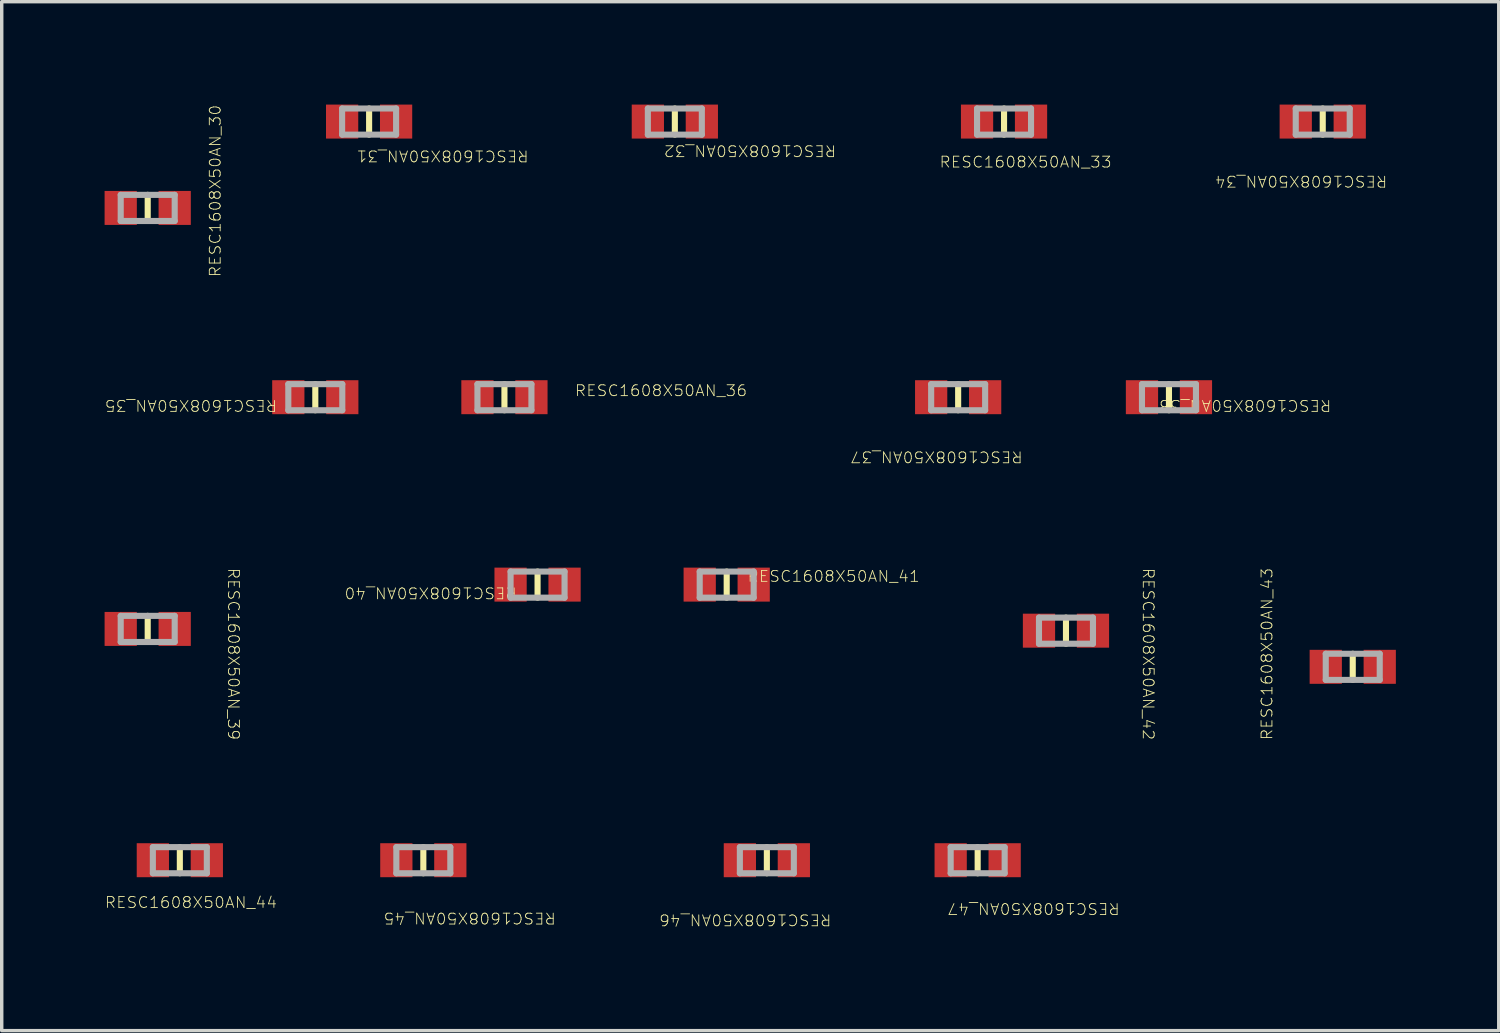
<source format=kicad_pcb>
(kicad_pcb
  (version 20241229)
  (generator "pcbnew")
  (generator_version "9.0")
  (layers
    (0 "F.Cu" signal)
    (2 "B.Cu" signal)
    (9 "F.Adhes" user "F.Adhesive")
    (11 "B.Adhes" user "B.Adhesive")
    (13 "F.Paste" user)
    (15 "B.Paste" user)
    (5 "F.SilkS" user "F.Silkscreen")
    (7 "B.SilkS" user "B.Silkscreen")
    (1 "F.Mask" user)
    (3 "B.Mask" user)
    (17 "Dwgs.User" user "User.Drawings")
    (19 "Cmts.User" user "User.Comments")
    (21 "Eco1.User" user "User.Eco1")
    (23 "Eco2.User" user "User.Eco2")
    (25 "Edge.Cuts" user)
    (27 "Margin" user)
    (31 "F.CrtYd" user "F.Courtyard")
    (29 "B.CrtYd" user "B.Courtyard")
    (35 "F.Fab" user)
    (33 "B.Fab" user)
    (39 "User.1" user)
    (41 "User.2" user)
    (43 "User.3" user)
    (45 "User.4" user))
  (footprint "RESC1608X50AN_34"
    (layer "F.Cu")
    (at 35.52 0.495)
    (property "Reference" "RESC1608X50AN_34" (at -0.629 1.74 180) (unlocked yes) (layer "F.SilkS") (effects (font (size 0.317 0.333) (thickness 0.025))))
    (attr smd)
    (fp_line (start 0 -0.381) (end 0 0.381) (stroke (width 0.178) (type solid)) (layer "F.SilkS"))
    (fp_line (start -0.787 -0.381) (end -0.787 0.381) (stroke (width 0.178) (type solid)) (layer "F.Fab"))
    (fp_line (start 0.787 -0.381) (end -0.787 -0.381) (stroke (width 0.178) (type solid)) (layer "F.Fab"))
    (fp_line (start 0.787 -0.381) (end 0.787 0.381) (stroke (width 0.178) (type solid)) (layer "F.Fab"))
    (fp_line (start 0.787 0.381) (end -0.787 0.381) (stroke (width 0.178) (type solid)) (layer "F.Fab"))
    (pad "1" smd rect (at 0.787 0 90) (size 0.991 0.94) (layers "F.Cu" "F.Mask" "F.Paste"))
    (pad "2" smd rect (at -0.787 0 90) (size 0.991 0.94) (layers "F.Cu" "F.Mask" "F.Paste")))
  (footprint "RESC1608X50AN_30"
    (layer "F.Cu")
    (at 1.257 3.013)
    (property "Reference" "RESC1608X50AN_30" (at 1.968 -0.495 90) (unlocked yes) (layer "F.SilkS") (effects (font (size 0.317 0.333) (thickness 0.025))))
    (attr smd)
    (fp_line (start 0 -0.381) (end 0 0.381) (stroke (width 0.178) (type solid)) (layer "F.SilkS"))
    (fp_line (start -0.787 -0.381) (end -0.787 0.381) (stroke (width 0.178) (type solid)) (layer "F.Fab"))
    (fp_line (start 0.787 -0.381) (end -0.787 -0.381) (stroke (width 0.178) (type solid)) (layer "F.Fab"))
    (fp_line (start 0.787 -0.381) (end 0.787 0.381) (stroke (width 0.178) (type solid)) (layer "F.Fab"))
    (fp_line (start 0.787 0.381) (end -0.787 0.381) (stroke (width 0.178) (type solid)) (layer "F.Fab"))
    (pad "1" smd rect (at 0.787 0 90) (size 0.991 0.94) (layers "F.Cu" "F.Mask" "F.Paste"))
    (pad "2" smd rect (at -0.787 0 90) (size 0.991 0.94) (layers "F.Cu" "F.Mask" "F.Paste")))
  (footprint "RESC1608X50AN_38"
    (layer "F.Cu")
    (at 31.036 8.532)
    (property "Reference" "RESC1608X50AN_38" (at 2.223 0.241 180) (unlocked yes) (layer "F.SilkS") (effects (font (size 0.317 0.333) (thickness 0.025))))
    (attr smd)
    (fp_line (start 0 -0.381) (end 0 0.381) (stroke (width 0.178) (type solid)) (layer "F.SilkS"))
    (fp_line (start -0.787 -0.381) (end -0.787 0.381) (stroke (width 0.178) (type solid)) (layer "F.Fab"))
    (fp_line (start 0.787 -0.381) (end -0.787 -0.381) (stroke (width 0.178) (type solid)) (layer "F.Fab"))
    (fp_line (start 0.787 -0.381) (end 0.787 0.381) (stroke (width 0.178) (type solid)) (layer "F.Fab"))
    (fp_line (start 0.787 0.381) (end -0.787 0.381) (stroke (width 0.178) (type solid)) (layer "F.Fab"))
    (pad "1" smd rect (at 0.787 0 90) (size 0.991 0.94) (layers "F.Cu" "F.Mask" "F.Paste"))
    (pad "2" smd rect (at -0.787 0 90) (size 0.991 0.94) (layers "F.Cu" "F.Mask" "F.Paste")))
  (footprint "RESC1608X50AN_35"
    (layer "F.Cu")
    (at 6.144 8.532)
    (property "Reference" "RESC1608X50AN_35" (at -3.626 0.241 180) (unlocked yes) (layer "F.SilkS") (effects (font (size 0.317 0.333) (thickness 0.025))))
    (attr smd)
    (fp_line (start 0 -0.381) (end 0 0.381) (stroke (width 0.178) (type solid)) (layer "F.SilkS"))
    (fp_line (start -0.787 -0.381) (end -0.787 0.381) (stroke (width 0.178) (type solid)) (layer "F.Fab"))
    (fp_line (start 0.787 -0.381) (end -0.787 -0.381) (stroke (width 0.178) (type solid)) (layer "F.Fab"))
    (fp_line (start 0.787 -0.381) (end 0.787 0.381) (stroke (width 0.178) (type solid)) (layer "F.Fab"))
    (fp_line (start 0.787 0.381) (end -0.787 0.381) (stroke (width 0.178) (type solid)) (layer "F.Fab"))
    (pad "1" smd rect (at 0.787 0 90) (size 0.991 0.94) (layers "F.Cu" "F.Mask" "F.Paste"))
    (pad "2" smd rect (at -0.787 0 90) (size 0.991 0.94) (layers "F.Cu" "F.Mask" "F.Paste")))
  (footprint "RESC1608X50AN_36"
    (layer "F.Cu")
    (at 11.659 8.532)
    (property "Reference" "RESC1608X50AN_36" (at 4.566 -0.191 0) (unlocked yes) (layer "F.SilkS") (effects (font (size 0.317 0.333) (thickness 0.025))))
    (attr smd)
    (fp_line (start 0 -0.381) (end 0 0.381) (stroke (width 0.178) (type solid)) (layer "F.SilkS"))
    (fp_line (start -0.787 -0.381) (end -0.787 0.381) (stroke (width 0.178) (type solid)) (layer "F.Fab"))
    (fp_line (start 0.787 -0.381) (end -0.787 -0.381) (stroke (width 0.178) (type solid)) (layer "F.Fab"))
    (fp_line (start 0.787 -0.381) (end 0.787 0.381) (stroke (width 0.178) (type solid)) (layer "F.Fab"))
    (fp_line (start 0.787 0.381) (end -0.787 0.381) (stroke (width 0.178) (type solid)) (layer "F.Fab"))
    (pad "1" smd rect (at 0.787 0 90) (size 0.991 0.94) (layers "F.Cu" "F.Mask" "F.Paste"))
    (pad "2" smd rect (at -0.787 0 90) (size 0.991 0.94) (layers "F.Cu" "F.Mask" "F.Paste")))
  (footprint "RESC1608X50AN_31"
    (layer "F.Cu")
    (at 7.713 0.495)
    (property "Reference" "RESC1608X50AN_31" (at 2.14 1.003 180) (unlocked yes) (layer "F.SilkS") (effects (font (size 0.317 0.333) (thickness 0.025))))
    (attr smd)
    (fp_line (start 0 -0.381) (end 0 0.381) (stroke (width 0.178) (type solid)) (layer "F.SilkS"))
    (fp_line (start -0.787 -0.381) (end -0.787 0.381) (stroke (width 0.178) (type solid)) (layer "F.Fab"))
    (fp_line (start 0.787 -0.381) (end -0.787 -0.381) (stroke (width 0.178) (type solid)) (layer "F.Fab"))
    (fp_line (start 0.787 -0.381) (end 0.787 0.381) (stroke (width 0.178) (type solid)) (layer "F.Fab"))
    (fp_line (start 0.787 0.381) (end -0.787 0.381) (stroke (width 0.178) (type solid)) (layer "F.Fab"))
    (pad "1" smd rect (at 0.787 0 90) (size 0.991 0.94) (layers "F.Cu" "F.Mask" "F.Paste"))
    (pad "2" smd rect (at -0.787 0 90) (size 0.991 0.94) (layers "F.Cu" "F.Mask" "F.Paste")))
  (footprint "RESC1608X50AN_42"
    (layer "F.Cu")
    (at 28.033 15.34)
    (property "Reference" "RESC1608X50AN_42" (at 2.4 0.679 270) (unlocked yes) (layer "F.SilkS") (effects (font (size 0.317 0.333) (thickness 0.025))))
    (attr smd)
    (fp_line (start 0 -0.381) (end 0 0.381) (stroke (width 0.178) (type solid)) (layer "F.SilkS"))
    (fp_line (start -0.787 -0.381) (end -0.787 0.381) (stroke (width 0.178) (type solid)) (layer "F.Fab"))
    (fp_line (start 0.787 -0.381) (end -0.787 -0.381) (stroke (width 0.178) (type solid)) (layer "F.Fab"))
    (fp_line (start 0.787 -0.381) (end 0.787 0.381) (stroke (width 0.178) (type solid)) (layer "F.Fab"))
    (fp_line (start 0.787 0.381) (end -0.787 0.381) (stroke (width 0.178) (type solid)) (layer "F.Fab"))
    (pad "1" smd rect (at 0.787 0 90) (size 0.991 0.94) (layers "F.Cu" "F.Mask" "F.Paste"))
    (pad "2" smd rect (at -0.787 0 90) (size 0.991 0.94) (layers "F.Cu" "F.Mask" "F.Paste")))
  (footprint "RESC1608X50AN_43"
    (layer "F.Cu")
    (at 36.395 16.394)
    (property "Reference" "RESC1608X50AN_43" (at -2.502 -0.375 90) (unlocked yes) (layer "F.SilkS") (effects (font (size 0.317 0.333) (thickness 0.025))))
    (attr smd)
    (fp_line (start 0 -0.381) (end 0 0.381) (stroke (width 0.178) (type solid)) (layer "F.SilkS"))
    (fp_line (start -0.787 -0.381) (end -0.787 0.381) (stroke (width 0.178) (type solid)) (layer "F.Fab"))
    (fp_line (start 0.787 -0.381) (end -0.787 -0.381) (stroke (width 0.178) (type solid)) (layer "F.Fab"))
    (fp_line (start 0.787 -0.381) (end 0.787 0.381) (stroke (width 0.178) (type solid)) (layer "F.Fab"))
    (fp_line (start 0.787 0.381) (end -0.787 0.381) (stroke (width 0.178) (type solid)) (layer "F.Fab"))
    (pad "1" smd rect (at 0.787 0 90) (size 0.991 0.94) (layers "F.Cu" "F.Mask" "F.Paste"))
    (pad "2" smd rect (at -0.787 0 90) (size 0.991 0.94) (layers "F.Cu" "F.Mask" "F.Paste")))
  (footprint "RESC1608X50AN_40"
    (layer "F.Cu")
    (at 12.625 13.997)
    (property "Reference" "RESC1608X50AN_40" (at -3.118 0.241 180) (unlocked yes) (layer "F.SilkS") (effects (font (size 0.317 0.333) (thickness 0.025))))
    (attr smd)
    (fp_line (start 0 -0.381) (end 0 0.381) (stroke (width 0.178) (type solid)) (layer "F.SilkS"))
    (fp_line (start -0.787 -0.381) (end -0.787 0.381) (stroke (width 0.178) (type solid)) (layer "F.Fab"))
    (fp_line (start 0.787 -0.381) (end -0.787 -0.381) (stroke (width 0.178) (type solid)) (layer "F.Fab"))
    (fp_line (start 0.787 -0.381) (end 0.787 0.381) (stroke (width 0.178) (type solid)) (layer "F.Fab"))
    (fp_line (start 0.787 0.381) (end -0.787 0.381) (stroke (width 0.178) (type solid)) (layer "F.Fab"))
    (pad "1" smd rect (at 0.787 0 90) (size 0.991 0.94) (layers "F.Cu" "F.Mask" "F.Paste"))
    (pad "2" smd rect (at -0.787 0 90) (size 0.991 0.94) (layers "F.Cu" "F.Mask" "F.Paste")))
  (footprint "RESC1608X50AN_44"
    (layer "F.Cu")
    (at 2.194 22.033)
    (property "Reference" "RESC1608X50AN_44" (at 0.324 1.232 0) (unlocked yes) (layer "F.SilkS") (effects (font (size 0.317 0.333) (thickness 0.025))))
    (attr smd)
    (fp_line (start 0 -0.381) (end 0 0.381) (stroke (width 0.178) (type solid)) (layer "F.SilkS"))
    (fp_line (start -0.787 -0.381) (end -0.787 0.381) (stroke (width 0.178) (type solid)) (layer "F.Fab"))
    (fp_line (start 0.787 -0.381) (end -0.787 -0.381) (stroke (width 0.178) (type solid)) (layer "F.Fab"))
    (fp_line (start 0.787 -0.381) (end 0.787 0.381) (stroke (width 0.178) (type solid)) (layer "F.Fab"))
    (fp_line (start 0.787 0.381) (end -0.787 0.381) (stroke (width 0.178) (type solid)) (layer "F.Fab"))
    (pad "1" smd rect (at 0.787 0 90) (size 0.991 0.94) (layers "F.Cu" "F.Mask" "F.Paste"))
    (pad "2" smd rect (at -0.787 0 90) (size 0.991 0.94) (layers "F.Cu" "F.Mask" "F.Paste")))
  (footprint "RESC1608X50AN_45"
    (layer "F.Cu")
    (at 9.294 22.033)
    (property "Reference" "RESC1608X50AN_45" (at 1.353 1.689 180) (unlocked yes) (layer "F.SilkS") (effects (font (size 0.317 0.333) (thickness 0.025))))
    (attr smd)
    (fp_line (start 0 -0.381) (end 0 0.381) (stroke (width 0.178) (type solid)) (layer "F.SilkS"))
    (fp_line (start -0.787 -0.381) (end -0.787 0.381) (stroke (width 0.178) (type solid)) (layer "F.Fab"))
    (fp_line (start 0.787 -0.381) (end -0.787 -0.381) (stroke (width 0.178) (type solid)) (layer "F.Fab"))
    (fp_line (start 0.787 -0.381) (end 0.787 0.381) (stroke (width 0.178) (type solid)) (layer "F.Fab"))
    (fp_line (start 0.787 0.381) (end -0.787 0.381) (stroke (width 0.178) (type solid)) (layer "F.Fab"))
    (pad "1" smd rect (at 0.787 0 90) (size 0.991 0.94) (layers "F.Cu" "F.Mask" "F.Paste"))
    (pad "2" smd rect (at -0.787 0 90) (size 0.991 0.94) (layers "F.Cu" "F.Mask" "F.Paste")))
  (footprint "RESC1608X50AN_37"
    (layer "F.Cu")
    (at 24.889 8.532)
    (property "Reference" "RESC1608X50AN_37" (at -0.629 1.74 180) (unlocked yes) (layer "F.SilkS") (effects (font (size 0.317 0.333) (thickness 0.025))))
    (attr smd)
    (fp_line (start 0 -0.381) (end 0 0.381) (stroke (width 0.178) (type solid)) (layer "F.SilkS"))
    (fp_line (start -0.787 -0.381) (end -0.787 0.381) (stroke (width 0.178) (type solid)) (layer "F.Fab"))
    (fp_line (start 0.787 -0.381) (end -0.787 -0.381) (stroke (width 0.178) (type solid)) (layer "F.Fab"))
    (fp_line (start 0.787 -0.381) (end 0.787 0.381) (stroke (width 0.178) (type solid)) (layer "F.Fab"))
    (fp_line (start 0.787 0.381) (end -0.787 0.381) (stroke (width 0.178) (type solid)) (layer "F.Fab"))
    (pad "1" smd rect (at 0.787 0 90) (size 0.991 0.94) (layers "F.Cu" "F.Mask" "F.Paste"))
    (pad "2" smd rect (at -0.787 0 90) (size 0.991 0.94) (layers "F.Cu" "F.Mask" "F.Paste")))
  (footprint "RESC1608X50AN_47"
    (layer "F.Cu")
    (at 25.458 22.033)
    (property "Reference" "RESC1608X50AN_47" (at 1.632 1.41 180) (unlocked yes) (layer "F.SilkS") (effects (font (size 0.317 0.333) (thickness 0.025))))
    (attr smd)
    (fp_line (start 0 -0.381) (end 0 0.381) (stroke (width 0.178) (type solid)) (layer "F.SilkS"))
    (fp_line (start -0.787 -0.381) (end -0.787 0.381) (stroke (width 0.178) (type solid)) (layer "F.Fab"))
    (fp_line (start 0.787 -0.381) (end -0.787 -0.381) (stroke (width 0.178) (type solid)) (layer "F.Fab"))
    (fp_line (start 0.787 -0.381) (end 0.787 0.381) (stroke (width 0.178) (type solid)) (layer "F.Fab"))
    (fp_line (start 0.787 0.381) (end -0.787 0.381) (stroke (width 0.178) (type solid)) (layer "F.Fab"))
    (pad "1" smd rect (at 0.787 0 90) (size 0.991 0.94) (layers "F.Cu" "F.Mask" "F.Paste"))
    (pad "2" smd rect (at -0.787 0 90) (size 0.991 0.94) (layers "F.Cu" "F.Mask" "F.Paste")))
  (footprint "RESC1608X50AN_46"
    (layer "F.Cu")
    (at 19.311 22.033)
    (property "Reference" "RESC1608X50AN_46" (at -0.629 1.74 180) (unlocked yes) (layer "F.SilkS") (effects (font (size 0.317 0.333) (thickness 0.025))))
    (attr smd)
    (fp_line (start 0 -0.381) (end 0 0.381) (stroke (width 0.178) (type solid)) (layer "F.SilkS"))
    (fp_line (start -0.787 -0.381) (end -0.787 0.381) (stroke (width 0.178) (type solid)) (layer "F.Fab"))
    (fp_line (start 0.787 -0.381) (end -0.787 -0.381) (stroke (width 0.178) (type solid)) (layer "F.Fab"))
    (fp_line (start 0.787 -0.381) (end 0.787 0.381) (stroke (width 0.178) (type solid)) (layer "F.Fab"))
    (fp_line (start 0.787 0.381) (end -0.787 0.381) (stroke (width 0.178) (type solid)) (layer "F.Fab"))
    (pad "1" smd rect (at 0.787 0 90) (size 0.991 0.94) (layers "F.Cu" "F.Mask" "F.Paste"))
    (pad "2" smd rect (at -0.787 0 90) (size 0.991 0.94) (layers "F.Cu" "F.Mask" "F.Paste")))
  (footprint "RESC1608X50AN_39"
    (layer "F.Cu")
    (at 1.257 15.289)
    (property "Reference" "RESC1608X50AN_39" (at 2.502 0.73 270) (unlocked yes) (layer "F.SilkS") (effects (font (size 0.317 0.333) (thickness 0.025))))
    (attr smd)
    (fp_line (start 0 -0.381) (end 0 0.381) (stroke (width 0.178) (type solid)) (layer "F.SilkS"))
    (fp_line (start -0.787 -0.381) (end -0.787 0.381) (stroke (width 0.178) (type solid)) (layer "F.Fab"))
    (fp_line (start 0.787 -0.381) (end -0.787 -0.381) (stroke (width 0.178) (type solid)) (layer "F.Fab"))
    (fp_line (start 0.787 -0.381) (end 0.787 0.381) (stroke (width 0.178) (type solid)) (layer "F.Fab"))
    (fp_line (start 0.787 0.381) (end -0.787 0.381) (stroke (width 0.178) (type solid)) (layer "F.Fab"))
    (pad "1" smd rect (at 0.787 0 90) (size 0.991 0.94) (layers "F.Cu" "F.Mask" "F.Paste"))
    (pad "2" smd rect (at -0.787 0 90) (size 0.991 0.94) (layers "F.Cu" "F.Mask" "F.Paste")))
  (footprint "RESC1608X50AN_41"
    (layer "F.Cu")
    (at 18.14 13.997)
    (property "Reference" "RESC1608X50AN_41" (at 3.118 -0.241 0) (unlocked yes) (layer "F.SilkS") (effects (font (size 0.317 0.333) (thickness 0.025))))
    (attr smd)
    (fp_line (start 0 -0.381) (end 0 0.381) (stroke (width 0.178) (type solid)) (layer "F.SilkS"))
    (fp_line (start -0.787 -0.381) (end -0.787 0.381) (stroke (width 0.178) (type solid)) (layer "F.Fab"))
    (fp_line (start 0.787 -0.381) (end -0.787 -0.381) (stroke (width 0.178) (type solid)) (layer "F.Fab"))
    (fp_line (start 0.787 -0.381) (end 0.787 0.381) (stroke (width 0.178) (type solid)) (layer "F.Fab"))
    (fp_line (start 0.787 0.381) (end -0.787 0.381) (stroke (width 0.178) (type solid)) (layer "F.Fab"))
    (pad "1" smd rect (at 0.787 0 90) (size 0.991 0.94) (layers "F.Cu" "F.Mask" "F.Paste"))
    (pad "2" smd rect (at -0.787 0 90) (size 0.991 0.94) (layers "F.Cu" "F.Mask" "F.Paste")))
  (footprint "RESC1608X50AN_32"
    (layer "F.Cu")
    (at 16.628 0.495)
    (property "Reference" "RESC1608X50AN_32" (at 2.191 0.851 180) (unlocked yes) (layer "F.SilkS") (effects (font (size 0.317 0.333) (thickness 0.025))))
    (attr smd)
    (fp_line (start 0 -0.381) (end 0 0.381) (stroke (width 0.178) (type solid)) (layer "F.SilkS"))
    (fp_line (start -0.787 -0.381) (end -0.787 0.381) (stroke (width 0.178) (type solid)) (layer "F.Fab"))
    (fp_line (start 0.787 -0.381) (end -0.787 -0.381) (stroke (width 0.178) (type solid)) (layer "F.Fab"))
    (fp_line (start 0.787 -0.381) (end 0.787 0.381) (stroke (width 0.178) (type solid)) (layer "F.Fab"))
    (fp_line (start 0.787 0.381) (end -0.787 0.381) (stroke (width 0.178) (type solid)) (layer "F.Fab"))
    (pad "1" smd rect (at 0.787 0 90) (size 0.991 0.94) (layers "F.Cu" "F.Mask" "F.Paste"))
    (pad "2" smd rect (at -0.787 0 90) (size 0.991 0.94) (layers "F.Cu" "F.Mask" "F.Paste")))
  (footprint "RESC1608X50AN_33"
    (layer "F.Cu")
    (at 26.227 0.495)
    (property "Reference" "RESC1608X50AN_33" (at 0.629 1.181 0) (unlocked yes) (layer "F.SilkS") (effects (font (size 0.317 0.333) (thickness 0.025))))
    (attr smd)
    (fp_line (start 0 -0.381) (end 0 0.381) (stroke (width 0.178) (type solid)) (layer "F.SilkS"))
    (fp_line (start -0.787 -0.381) (end -0.787 0.381) (stroke (width 0.178) (type solid)) (layer "F.Fab"))
    (fp_line (start 0.787 -0.381) (end -0.787 -0.381) (stroke (width 0.178) (type solid)) (layer "F.Fab"))
    (fp_line (start 0.787 -0.381) (end 0.787 0.381) (stroke (width 0.178) (type solid)) (layer "F.Fab"))
    (fp_line (start 0.787 0.381) (end -0.787 0.381) (stroke (width 0.178) (type solid)) (layer "F.Fab"))
    (pad "1" smd rect (at 0.787 0 90) (size 0.991 0.94) (layers "F.Cu" "F.Mask" "F.Paste"))
    (pad "2" smd rect (at -0.787 0 90) (size 0.991 0.94) (layers "F.Cu" "F.Mask" "F.Paste")))
  (gr_rect
    (start -3 -3)
    (end 40.652 27.002)
    (stroke (width 0.1) (type default))
    (fill no)
    (layer "Edge.Cuts")))
</source>
